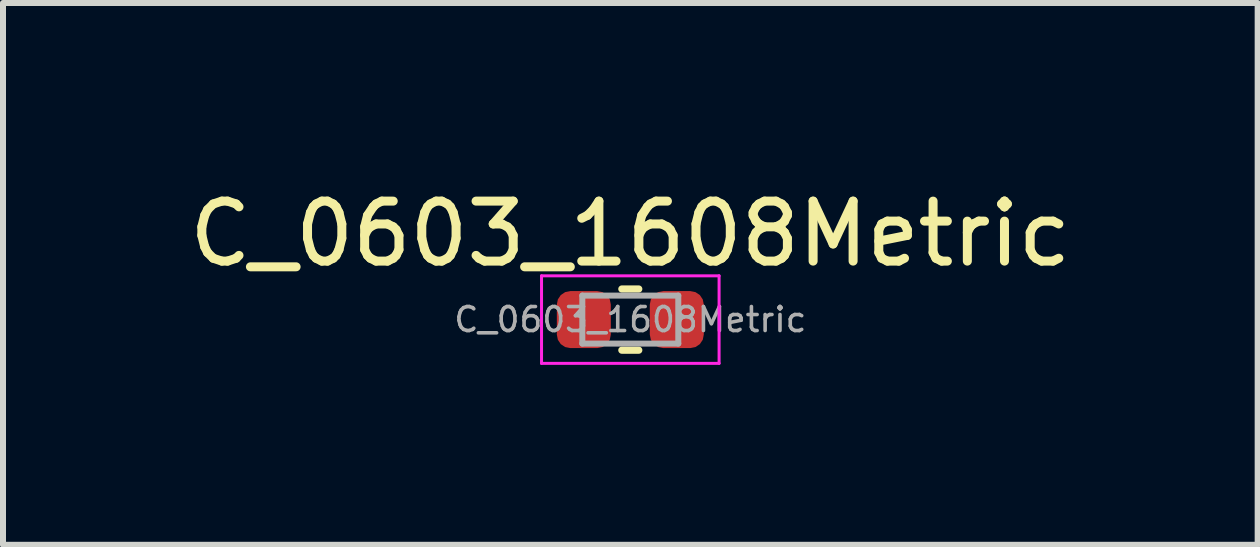
<source format=kicad_pcb>
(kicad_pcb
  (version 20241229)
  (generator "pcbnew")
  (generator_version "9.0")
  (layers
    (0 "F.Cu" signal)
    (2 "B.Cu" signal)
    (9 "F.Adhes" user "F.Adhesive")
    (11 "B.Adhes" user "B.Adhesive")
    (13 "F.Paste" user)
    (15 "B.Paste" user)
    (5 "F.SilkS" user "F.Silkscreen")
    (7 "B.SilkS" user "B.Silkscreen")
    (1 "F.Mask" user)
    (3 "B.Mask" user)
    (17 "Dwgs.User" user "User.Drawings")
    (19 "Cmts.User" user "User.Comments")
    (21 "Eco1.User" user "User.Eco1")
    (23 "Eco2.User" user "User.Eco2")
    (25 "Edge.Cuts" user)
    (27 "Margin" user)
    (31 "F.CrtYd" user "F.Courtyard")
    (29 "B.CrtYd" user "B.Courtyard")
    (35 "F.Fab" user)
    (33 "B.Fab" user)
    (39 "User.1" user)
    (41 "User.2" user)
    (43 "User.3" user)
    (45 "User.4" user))
  (footprint "C_0603_1608Metric"
    (layer "F.Cu")
    (at 7.458 2.278)
    (property "Reference" "C_0603_1608Metric" (at 0 -1.43 0) (layer "F.SilkS") (effects (font (size 1 1) (thickness 0.15))))
    (attr smd)
    (fp_line (start -0.141 -0.51) (end 0.141 -0.51) (stroke (width 0.12) (type solid)) (layer "F.SilkS"))
    (fp_line (start -0.141 0.51) (end 0.141 0.51) (stroke (width 0.12) (type solid)) (layer "F.SilkS"))
    (fp_line (start -1.48 -0.73) (end 1.48 -0.73) (stroke (width 0.05) (type solid)) (layer "F.CrtYd"))
    (fp_line (start -1.48 0.73) (end -1.48 -0.73) (stroke (width 0.05) (type solid)) (layer "F.CrtYd"))
    (fp_line (start 1.48 -0.73) (end 1.48 0.73) (stroke (width 0.05) (type solid)) (layer "F.CrtYd"))
    (fp_line (start 1.48 0.73) (end -1.48 0.73) (stroke (width 0.05) (type solid)) (layer "F.CrtYd"))
    (fp_line (start -0.8 -0.4) (end 0.8 -0.4) (stroke (width 0.1) (type solid)) (layer "F.Fab"))
    (fp_line (start -0.8 0.4) (end -0.8 -0.4) (stroke (width 0.1) (type solid)) (layer "F.Fab"))
    (fp_line (start 0.8 -0.4) (end 0.8 0.4) (stroke (width 0.1) (type solid)) (layer "F.Fab"))
    (fp_line (start 0.8 0.4) (end -0.8 0.4) (stroke (width 0.1) (type solid)) (layer "F.Fab"))
    (fp_text user "${REFERENCE}" (at 0 0 0) (layer "F.Fab") (effects (font (size 0.4 0.4) (thickness 0.06))))
    (pad "1" smd roundrect (at -0.775 0) (size 0.9 0.95) (layers "F.Cu" "F.Mask" "F.Paste") (roundrect_rratio 0.25))
    (pad "2" smd roundrect (at 0.775 0) (size 0.9 0.95) (layers "F.Cu" "F.Mask" "F.Paste") (roundrect_rratio 0.25)))
  (gr_rect
    (start -3 -3)
    (end 17.917 6.033)
    (stroke (width 0.1) (type default))
    (fill no)
    (layer "Edge.Cuts")))
</source>
